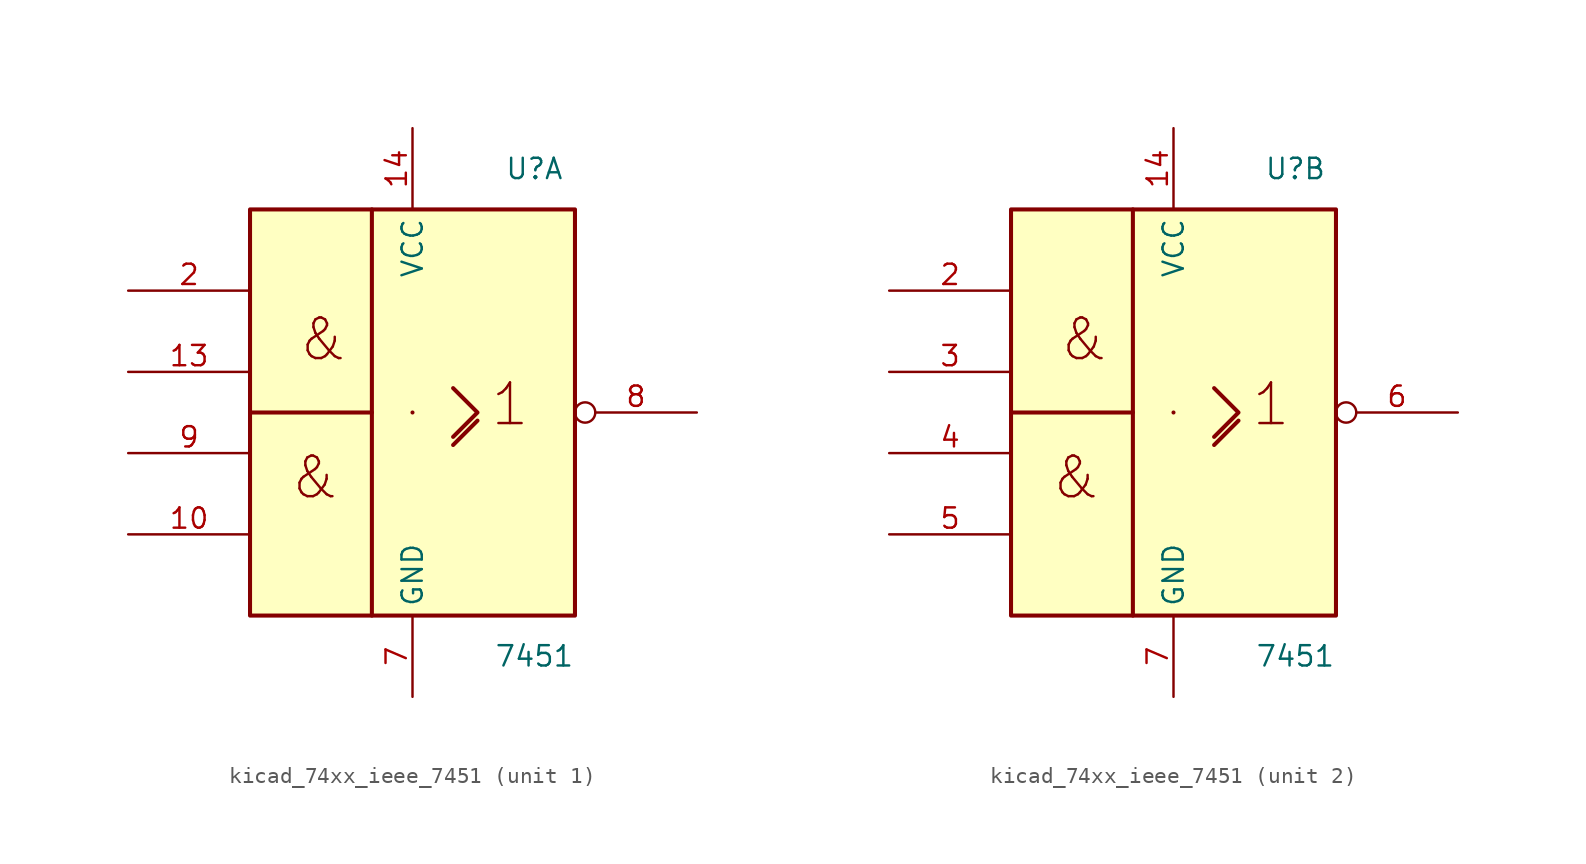
<source format=kicad_sym>
(kicad_symbol_lib
  (version 20220914)
  (generator kicad_symbol_editor)
  (symbol "kicad_74xx_ieee_7451"
    (property "Reference" "U"
      (at 7.62 15.24 0)
      (effects (font (size 1.27 1.27))))
    (property "Value" "7451"
      (at 7.62 -15.24 0)
      (effects (font (size 1.27 1.27))))
    (symbol "kicad_74xx_ieee_7451_0_0"
      (rectangle (start 0 0) (end 0 0) (stroke (width 0.254) (type default)) (fill (type background)))
      (polyline (pts (xy 2.54 -2.032) (xy 4.064 -0.508) (xy 4.064 -0.508)) (stroke (width 0.254) (type default)) (fill (type background)))
      (polyline (pts (xy 2.54 1.524) (xy 4.064 0) (xy 2.54 -1.524) (xy 2.54 -1.524)) (stroke (width 0.254) (type default)) (fill (type background)))
      (text "&" (at -6.096 -4.064 0) (effects (font (size 2.54 2.54))))
      (text "&" (at -5.588 4.572 0) (effects (font (size 2.54 2.54))))
      (text "1" (at 6.096 0.508 0) (effects (font (size 2.54 2.54)))))
    (symbol "kicad_74xx_ieee_7451_0_1"
      (rectangle (start -10.16 12.7) (end 10.16 -12.7) (stroke (width 0.254) (type default)) (fill (type background)))
      (polyline (pts (xy -2.54 0) (xy -2.54 -12.7) (xy -2.54 -12.7)) (stroke (width 0.254) (type default)) (fill (type background)))
      (polyline (pts (xy -2.54 12.7) (xy -2.54 0) (xy -10.16 0) (xy -10.16 0)) (stroke (width 0.254) (type default)) (fill (type background)))
      (pin power_in line (at 0 17.78 270) (length 5.08) (name "VCC" (effects (font (size 1.27 1.27)))) (number "14" (effects (font (size 1.27 1.27)))))
      (pin power_in line (at 0 -17.78 90) (length 5.08) (name "GND" (effects (font (size 1.27 1.27)))) (number "7" (effects (font (size 1.27 1.27))))))
    (symbol "kicad_74xx_ieee_7451_1_1"
      (pin input line (at -17.78 -7.62 0) (length 7.62) (name "~" (effects (font (size 1.27 1.27)))) (number "10" (effects (font (size 1.27 1.27)))))
      (pin input line (at -17.78 2.54 0) (length 7.62) (name "~" (effects (font (size 1.27 1.27)))) (number "13" (effects (font (size 1.27 1.27)))))
      (pin input line (at -17.78 7.62 0) (length 7.62) (name "~" (effects (font (size 1.27 1.27)))) (number "2" (effects (font (size 1.27 1.27)))))
      (pin output inverted (at 17.78 0 180) (length 7.62) (name "~" (effects (font (size 1.27 1.27)))) (number "8" (effects (font (size 1.27 1.27)))))
      (pin input line (at -17.78 -2.54 0) (length 7.62) (name "~" (effects (font (size 1.27 1.27)))) (number "9" (effects (font (size 1.27 1.27))))))
    (symbol "kicad_74xx_ieee_7451_2_1"
      (pin input line (at -17.78 7.62 0) (length 7.62) (name "~" (effects (font (size 1.27 1.27)))) (number "2" (effects (font (size 1.27 1.27)))))
      (pin input line (at -17.78 2.54 0) (length 7.62) (name "~" (effects (font (size 1.27 1.27)))) (number "3" (effects (font (size 1.27 1.27)))))
      (pin input line (at -17.78 -2.54 0) (length 7.62) (name "~" (effects (font (size 1.27 1.27)))) (number "4" (effects (font (size 1.27 1.27)))))
      (pin input line (at -17.78 -7.62 0) (length 7.62) (name "~" (effects (font (size 1.27 1.27)))) (number "5" (effects (font (size 1.27 1.27)))))
      (pin output inverted (at 17.78 0 180) (length 7.62) (name "~" (effects (font (size 1.27 1.27)))) (number "6" (effects (font (size 1.27 1.27))))))))
</source>
